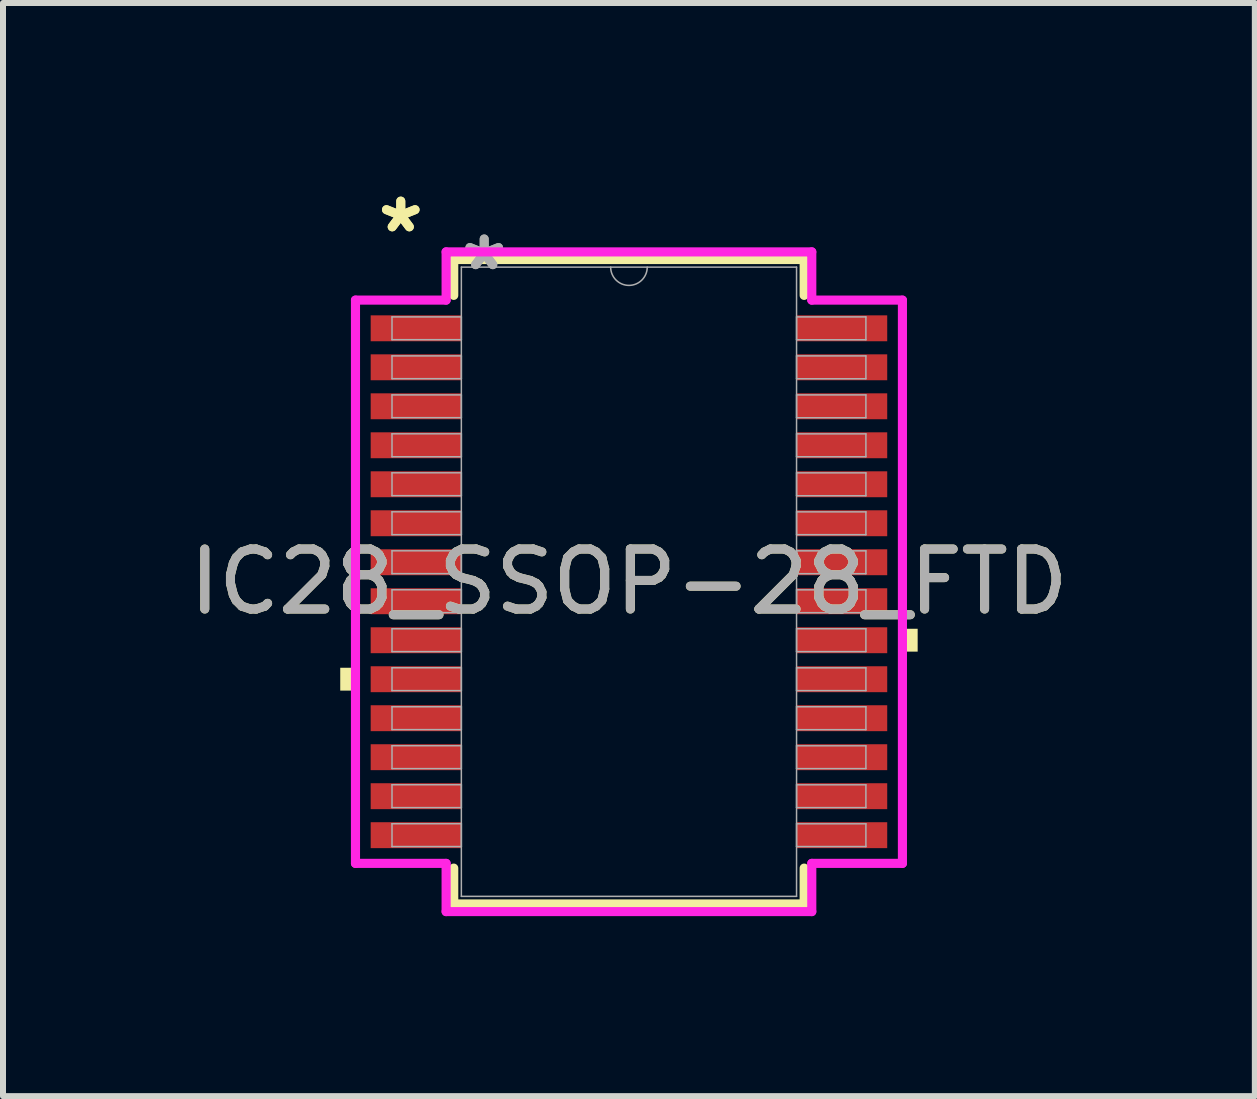
<source format=kicad_pcb>
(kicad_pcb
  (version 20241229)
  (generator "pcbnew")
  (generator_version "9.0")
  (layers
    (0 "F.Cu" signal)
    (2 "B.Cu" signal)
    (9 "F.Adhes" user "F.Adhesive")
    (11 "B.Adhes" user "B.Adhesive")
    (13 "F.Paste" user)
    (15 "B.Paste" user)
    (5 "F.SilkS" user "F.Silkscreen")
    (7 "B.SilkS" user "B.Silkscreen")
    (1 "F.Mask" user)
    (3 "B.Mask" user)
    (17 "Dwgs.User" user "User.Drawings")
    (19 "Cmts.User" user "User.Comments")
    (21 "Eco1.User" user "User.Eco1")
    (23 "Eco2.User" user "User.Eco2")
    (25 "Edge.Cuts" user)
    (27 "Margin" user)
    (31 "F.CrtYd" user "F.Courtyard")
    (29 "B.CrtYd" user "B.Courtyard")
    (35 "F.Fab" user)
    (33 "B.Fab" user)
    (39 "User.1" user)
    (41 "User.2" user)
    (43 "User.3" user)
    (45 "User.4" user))
  (footprint "IC28_SSOP-28_FTD"
    (layer "F.Cu")
    (at 7.435 6.648)
    (property "Reference" "IC28_SSOP-28_FTD" (at 0 0 0) (unlocked yes) (layer "F.SilkS") (effects (font (size 1 1) (thickness 0.15))))
    (attr smd)
    (fp_line (start -2.921 -5.372) (end -2.921 -4.774) (stroke (width 0.152) (type solid)) (layer "F.SilkS"))
    (fp_line (start -2.921 4.774) (end -2.921 5.372) (stroke (width 0.152) (type solid)) (layer "F.SilkS"))
    (fp_line (start -2.921 5.372) (end 2.921 5.372) (stroke (width 0.152) (type solid)) (layer "F.SilkS"))
    (fp_line (start 2.921 -5.372) (end -2.921 -5.372) (stroke (width 0.152) (type solid)) (layer "F.SilkS"))
    (fp_line (start 2.921 -4.774) (end 2.921 -5.372) (stroke (width 0.152) (type solid)) (layer "F.SilkS"))
    (fp_line (start 2.921 5.372) (end 2.921 4.774) (stroke (width 0.152) (type solid)) (layer "F.SilkS"))
    (fp_poly (pts (xy -4.813 1.434) (xy -4.813 1.815) (xy -4.559 1.815) (xy -4.559 1.434)) (stroke (width 0) (type solid)) (fill yes) (layer "F.SilkS"))
    (fp_poly (pts (xy 4.813 0.784) (xy 4.813 1.165) (xy 4.559 1.165) (xy 4.559 0.784)) (stroke (width 0) (type solid)) (fill yes) (layer "F.SilkS"))
    (fp_line (start -4.559 -4.695) (end -3.048 -4.695) (stroke (width 0.152) (type solid)) (layer "F.CrtYd"))
    (fp_line (start -4.559 4.695) (end -4.559 -4.695) (stroke (width 0.152) (type solid)) (layer "F.CrtYd"))
    (fp_line (start -4.559 4.695) (end -3.048 4.695) (stroke (width 0.152) (type solid)) (layer "F.CrtYd"))
    (fp_line (start -3.048 -5.499) (end 3.048 -5.499) (stroke (width 0.152) (type solid)) (layer "F.CrtYd"))
    (fp_line (start -3.048 -4.695) (end -3.048 -5.499) (stroke (width 0.152) (type solid)) (layer "F.CrtYd"))
    (fp_line (start -3.048 5.499) (end -3.048 4.695) (stroke (width 0.152) (type solid)) (layer "F.CrtYd"))
    (fp_line (start 3.048 -5.499) (end 3.048 -4.695) (stroke (width 0.152) (type solid)) (layer "F.CrtYd"))
    (fp_line (start 3.048 4.695) (end 3.048 5.499) (stroke (width 0.152) (type solid)) (layer "F.CrtYd"))
    (fp_line (start 3.048 5.499) (end -3.048 5.499) (stroke (width 0.152) (type solid)) (layer "F.CrtYd"))
    (fp_line (start 4.559 -4.695) (end 3.048 -4.695) (stroke (width 0.152) (type solid)) (layer "F.CrtYd"))
    (fp_line (start 4.559 -4.695) (end 4.559 4.695) (stroke (width 0.152) (type solid)) (layer "F.CrtYd"))
    (fp_line (start 4.559 4.695) (end 3.048 4.695) (stroke (width 0.152) (type solid)) (layer "F.CrtYd"))
    (fp_line (start -3.95 -4.415) (end -3.95 -4.035) (stroke (width 0.025) (type solid)) (layer "F.Fab"))
    (fp_line (start -3.95 -4.035) (end -2.794 -4.035) (stroke (width 0.025) (type solid)) (layer "F.Fab"))
    (fp_line (start -3.95 -3.765) (end -3.95 -3.385) (stroke (width 0.025) (type solid)) (layer "F.Fab"))
    (fp_line (start -3.95 -3.385) (end -2.794 -3.385) (stroke (width 0.025) (type solid)) (layer "F.Fab"))
    (fp_line (start -3.95 -3.115) (end -3.95 -2.735) (stroke (width 0.025) (type solid)) (layer "F.Fab"))
    (fp_line (start -3.95 -2.735) (end -2.794 -2.735) (stroke (width 0.025) (type solid)) (layer "F.Fab"))
    (fp_line (start -3.95 -2.466) (end -3.95 -2.084) (stroke (width 0.025) (type solid)) (layer "F.Fab"))
    (fp_line (start -3.95 -2.084) (end -2.794 -2.084) (stroke (width 0.025) (type solid)) (layer "F.Fab"))
    (fp_line (start -3.95 -1.816) (end -3.95 -1.435) (stroke (width 0.025) (type solid)) (layer "F.Fab"))
    (fp_line (start -3.95 -1.435) (end -2.794 -1.435) (stroke (width 0.025) (type solid)) (layer "F.Fab"))
    (fp_line (start -3.95 -1.166) (end -3.95 -0.785) (stroke (width 0.025) (type solid)) (layer "F.Fab"))
    (fp_line (start -3.95 -0.785) (end -2.794 -0.785) (stroke (width 0.025) (type solid)) (layer "F.Fab"))
    (fp_line (start -3.95 -0.516) (end -3.95 -0.135) (stroke (width 0.025) (type solid)) (layer "F.Fab"))
    (fp_line (start -3.95 -0.135) (end -2.794 -0.135) (stroke (width 0.025) (type solid)) (layer "F.Fab"))
    (fp_line (start -3.95 0.134) (end -3.95 0.515) (stroke (width 0.025) (type solid)) (layer "F.Fab"))
    (fp_line (start -3.95 0.515) (end -2.794 0.515) (stroke (width 0.025) (type solid)) (layer "F.Fab"))
    (fp_line (start -3.95 0.784) (end -3.95 1.165) (stroke (width 0.025) (type solid)) (layer "F.Fab"))
    (fp_line (start -3.95 1.165) (end -2.794 1.165) (stroke (width 0.025) (type solid)) (layer "F.Fab"))
    (fp_line (start -3.95 1.434) (end -3.95 1.815) (stroke (width 0.025) (type solid)) (layer "F.Fab"))
    (fp_line (start -3.95 1.815) (end -2.794 1.815) (stroke (width 0.025) (type solid)) (layer "F.Fab"))
    (fp_line (start -3.95 2.084) (end -3.95 2.465) (stroke (width 0.025) (type solid)) (layer "F.Fab"))
    (fp_line (start -3.95 2.465) (end -2.794 2.465) (stroke (width 0.025) (type solid)) (layer "F.Fab"))
    (fp_line (start -3.95 2.734) (end -3.95 3.115) (stroke (width 0.025) (type solid)) (layer "F.Fab"))
    (fp_line (start -3.95 3.115) (end -2.794 3.115) (stroke (width 0.025) (type solid)) (layer "F.Fab"))
    (fp_line (start -3.95 3.384) (end -3.95 3.765) (stroke (width 0.025) (type solid)) (layer "F.Fab"))
    (fp_line (start -3.95 3.765) (end -2.794 3.765) (stroke (width 0.025) (type solid)) (layer "F.Fab"))
    (fp_line (start -3.95 4.034) (end -3.95 4.415) (stroke (width 0.025) (type solid)) (layer "F.Fab"))
    (fp_line (start -3.95 4.415) (end -2.794 4.415) (stroke (width 0.025) (type solid)) (layer "F.Fab"))
    (fp_line (start -2.794 -5.245) (end -2.794 5.245) (stroke (width 0.025) (type solid)) (layer "F.Fab"))
    (fp_line (start -2.794 -4.415) (end -3.95 -4.415) (stroke (width 0.025) (type solid)) (layer "F.Fab"))
    (fp_line (start -2.794 -4.035) (end -2.794 -4.415) (stroke (width 0.025) (type solid)) (layer "F.Fab"))
    (fp_line (start -2.794 -3.765) (end -3.95 -3.765) (stroke (width 0.025) (type solid)) (layer "F.Fab"))
    (fp_line (start -2.794 -3.385) (end -2.794 -3.765) (stroke (width 0.025) (type solid)) (layer "F.Fab"))
    (fp_line (start -2.794 -3.115) (end -3.95 -3.115) (stroke (width 0.025) (type solid)) (layer "F.Fab"))
    (fp_line (start -2.794 -2.735) (end -2.794 -3.115) (stroke (width 0.025) (type solid)) (layer "F.Fab"))
    (fp_line (start -2.794 -2.466) (end -3.95 -2.466) (stroke (width 0.025) (type solid)) (layer "F.Fab"))
    (fp_line (start -2.794 -2.084) (end -2.794 -2.466) (stroke (width 0.025) (type solid)) (layer "F.Fab"))
    (fp_line (start -2.794 -1.816) (end -3.95 -1.816) (stroke (width 0.025) (type solid)) (layer "F.Fab"))
    (fp_line (start -2.794 -1.435) (end -2.794 -1.816) (stroke (width 0.025) (type solid)) (layer "F.Fab"))
    (fp_line (start -2.794 -1.166) (end -3.95 -1.166) (stroke (width 0.025) (type solid)) (layer "F.Fab"))
    (fp_line (start -2.794 -0.785) (end -2.794 -1.166) (stroke (width 0.025) (type solid)) (layer "F.Fab"))
    (fp_line (start -2.794 -0.516) (end -3.95 -0.516) (stroke (width 0.025) (type solid)) (layer "F.Fab"))
    (fp_line (start -2.794 -0.135) (end -2.794 -0.516) (stroke (width 0.025) (type solid)) (layer "F.Fab"))
    (fp_line (start -2.794 0.134) (end -3.95 0.134) (stroke (width 0.025) (type solid)) (layer "F.Fab"))
    (fp_line (start -2.794 0.515) (end -2.794 0.134) (stroke (width 0.025) (type solid)) (layer "F.Fab"))
    (fp_line (start -2.794 0.784) (end -3.95 0.784) (stroke (width 0.025) (type solid)) (layer "F.Fab"))
    (fp_line (start -2.794 1.165) (end -2.794 0.784) (stroke (width 0.025) (type solid)) (layer "F.Fab"))
    (fp_line (start -2.794 1.434) (end -3.95 1.434) (stroke (width 0.025) (type solid)) (layer "F.Fab"))
    (fp_line (start -2.794 1.815) (end -2.794 1.434) (stroke (width 0.025) (type solid)) (layer "F.Fab"))
    (fp_line (start -2.794 2.084) (end -3.95 2.084) (stroke (width 0.025) (type solid)) (layer "F.Fab"))
    (fp_line (start -2.794 2.465) (end -2.794 2.084) (stroke (width 0.025) (type solid)) (layer "F.Fab"))
    (fp_line (start -2.794 2.734) (end -3.95 2.734) (stroke (width 0.025) (type solid)) (layer "F.Fab"))
    (fp_line (start -2.794 3.115) (end -2.794 2.734) (stroke (width 0.025) (type solid)) (layer "F.Fab"))
    (fp_line (start -2.794 3.384) (end -3.95 3.384) (stroke (width 0.025) (type solid)) (layer "F.Fab"))
    (fp_line (start -2.794 3.765) (end -2.794 3.384) (stroke (width 0.025) (type solid)) (layer "F.Fab"))
    (fp_line (start -2.794 4.034) (end -3.95 4.034) (stroke (width 0.025) (type solid)) (layer "F.Fab"))
    (fp_line (start -2.794 4.415) (end -2.794 4.034) (stroke (width 0.025) (type solid)) (layer "F.Fab"))
    (fp_line (start -2.794 5.245) (end 2.794 5.245) (stroke (width 0.025) (type solid)) (layer "F.Fab"))
    (fp_line (start 2.794 -5.245) (end -2.794 -5.245) (stroke (width 0.025) (type solid)) (layer "F.Fab"))
    (fp_line (start 2.794 -4.415) (end 2.794 -4.034) (stroke (width 0.025) (type solid)) (layer "F.Fab"))
    (fp_line (start 2.794 -4.034) (end 3.95 -4.034) (stroke (width 0.025) (type solid)) (layer "F.Fab"))
    (fp_line (start 2.794 -3.765) (end 2.794 -3.384) (stroke (width 0.025) (type solid)) (layer "F.Fab"))
    (fp_line (start 2.794 -3.384) (end 3.95 -3.384) (stroke (width 0.025) (type solid)) (layer "F.Fab"))
    (fp_line (start 2.794 -3.115) (end 2.794 -2.734) (stroke (width 0.025) (type solid)) (layer "F.Fab"))
    (fp_line (start 2.794 -2.734) (end 3.95 -2.734) (stroke (width 0.025) (type solid)) (layer "F.Fab"))
    (fp_line (start 2.794 -2.465) (end 2.794 -2.084) (stroke (width 0.025) (type solid)) (layer "F.Fab"))
    (fp_line (start 2.794 -2.084) (end 3.95 -2.084) (stroke (width 0.025) (type solid)) (layer "F.Fab"))
    (fp_line (start 2.794 -1.815) (end 2.794 -1.434) (stroke (width 0.025) (type solid)) (layer "F.Fab"))
    (fp_line (start 2.794 -1.434) (end 3.95 -1.434) (stroke (width 0.025) (type solid)) (layer "F.Fab"))
    (fp_line (start 2.794 -1.165) (end 2.794 -0.784) (stroke (width 0.025) (type solid)) (layer "F.Fab"))
    (fp_line (start 2.794 -0.784) (end 3.95 -0.784) (stroke (width 0.025) (type solid)) (layer "F.Fab"))
    (fp_line (start 2.794 -0.515) (end 2.794 -0.134) (stroke (width 0.025) (type solid)) (layer "F.Fab"))
    (fp_line (start 2.794 -0.134) (end 3.95 -0.134) (stroke (width 0.025) (type solid)) (layer "F.Fab"))
    (fp_line (start 2.794 0.135) (end 2.794 0.516) (stroke (width 0.025) (type solid)) (layer "F.Fab"))
    (fp_line (start 2.794 0.516) (end 3.95 0.516) (stroke (width 0.025) (type solid)) (layer "F.Fab"))
    (fp_line (start 2.794 0.784) (end 2.794 1.165) (stroke (width 0.025) (type solid)) (layer "F.Fab"))
    (fp_line (start 2.794 1.165) (end 3.95 1.165) (stroke (width 0.025) (type solid)) (layer "F.Fab"))
    (fp_line (start 2.794 1.435) (end 2.794 1.815) (stroke (width 0.025) (type solid)) (layer "F.Fab"))
    (fp_line (start 2.794 1.815) (end 3.95 1.815) (stroke (width 0.025) (type solid)) (layer "F.Fab"))
    (fp_line (start 2.794 2.084) (end 2.794 2.466) (stroke (width 0.025) (type solid)) (layer "F.Fab"))
    (fp_line (start 2.794 2.466) (end 3.95 2.466) (stroke (width 0.025) (type solid)) (layer "F.Fab"))
    (fp_line (start 2.794 2.735) (end 2.794 3.115) (stroke (width 0.025) (type solid)) (layer "F.Fab"))
    (fp_line (start 2.794 3.115) (end 3.95 3.115) (stroke (width 0.025) (type solid)) (layer "F.Fab"))
    (fp_line (start 2.794 3.385) (end 2.794 3.765) (stroke (width 0.025) (type solid)) (layer "F.Fab"))
    (fp_line (start 2.794 3.765) (end 3.95 3.765) (stroke (width 0.025) (type solid)) (layer "F.Fab"))
    (fp_line (start 2.794 4.035) (end 2.794 4.415) (stroke (width 0.025) (type solid)) (layer "F.Fab"))
    (fp_line (start 2.794 4.415) (end 3.95 4.415) (stroke (width 0.025) (type solid)) (layer "F.Fab"))
    (fp_line (start 2.794 5.245) (end 2.794 -5.245) (stroke (width 0.025) (type solid)) (layer "F.Fab"))
    (fp_line (start 3.95 -4.415) (end 2.794 -4.415) (stroke (width 0.025) (type solid)) (layer "F.Fab"))
    (fp_line (start 3.95 -4.034) (end 3.95 -4.415) (stroke (width 0.025) (type solid)) (layer "F.Fab"))
    (fp_line (start 3.95 -3.765) (end 2.794 -3.765) (stroke (width 0.025) (type solid)) (layer "F.Fab"))
    (fp_line (start 3.95 -3.384) (end 3.95 -3.765) (stroke (width 0.025) (type solid)) (layer "F.Fab"))
    (fp_line (start 3.95 -3.115) (end 2.794 -3.115) (stroke (width 0.025) (type solid)) (layer "F.Fab"))
    (fp_line (start 3.95 -2.734) (end 3.95 -3.115) (stroke (width 0.025) (type solid)) (layer "F.Fab"))
    (fp_line (start 3.95 -2.465) (end 2.794 -2.465) (stroke (width 0.025) (type solid)) (layer "F.Fab"))
    (fp_line (start 3.95 -2.084) (end 3.95 -2.465) (stroke (width 0.025) (type solid)) (layer "F.Fab"))
    (fp_line (start 3.95 -1.815) (end 2.794 -1.815) (stroke (width 0.025) (type solid)) (layer "F.Fab"))
    (fp_line (start 3.95 -1.434) (end 3.95 -1.815) (stroke (width 0.025) (type solid)) (layer "F.Fab"))
    (fp_line (start 3.95 -1.165) (end 2.794 -1.165) (stroke (width 0.025) (type solid)) (layer "F.Fab"))
    (fp_line (start 3.95 -0.784) (end 3.95 -1.165) (stroke (width 0.025) (type solid)) (layer "F.Fab"))
    (fp_line (start 3.95 -0.515) (end 2.794 -0.515) (stroke (width 0.025) (type solid)) (layer "F.Fab"))
    (fp_line (start 3.95 -0.134) (end 3.95 -0.515) (stroke (width 0.025) (type solid)) (layer "F.Fab"))
    (fp_line (start 3.95 0.135) (end 2.794 0.135) (stroke (width 0.025) (type solid)) (layer "F.Fab"))
    (fp_line (start 3.95 0.516) (end 3.95 0.135) (stroke (width 0.025) (type solid)) (layer "F.Fab"))
    (fp_line (start 3.95 0.784) (end 2.794 0.784) (stroke (width 0.025) (type solid)) (layer "F.Fab"))
    (fp_line (start 3.95 1.165) (end 3.95 0.784) (stroke (width 0.025) (type solid)) (layer "F.Fab"))
    (fp_line (start 3.95 1.435) (end 2.794 1.435) (stroke (width 0.025) (type solid)) (layer "F.Fab"))
    (fp_line (start 3.95 1.815) (end 3.95 1.435) (stroke (width 0.025) (type solid)) (layer "F.Fab"))
    (fp_line (start 3.95 2.084) (end 2.794 2.084) (stroke (width 0.025) (type solid)) (layer "F.Fab"))
    (fp_line (start 3.95 2.466) (end 3.95 2.084) (stroke (width 0.025) (type solid)) (layer "F.Fab"))
    (fp_line (start 3.95 2.735) (end 2.794 2.735) (stroke (width 0.025) (type solid)) (layer "F.Fab"))
    (fp_line (start 3.95 3.115) (end 3.95 2.735) (stroke (width 0.025) (type solid)) (layer "F.Fab"))
    (fp_line (start 3.95 3.385) (end 2.794 3.385) (stroke (width 0.025) (type solid)) (layer "F.Fab"))
    (fp_line (start 3.95 3.765) (end 3.95 3.385) (stroke (width 0.025) (type solid)) (layer "F.Fab"))
    (fp_line (start 3.95 4.035) (end 2.794 4.035) (stroke (width 0.025) (type solid)) (layer "F.Fab"))
    (fp_line (start 3.95 4.415) (end 3.95 4.035) (stroke (width 0.025) (type solid)) (layer "F.Fab"))
    (fp_arc (start 0.3048 -5.2451) (mid 0 -4.9403) (end -0.3048 -5.2451) (stroke (width 0.0254) (type solid)) (layer "F.Fab"))
    (fp_text user "*" (at -3.804 -5.8 0) (layer "F.SilkS") (effects (font (size 1 1) (thickness 0.15))))
    (fp_text user "*" (at -3.804 -5.8 0) (unlocked yes) (layer "F.SilkS") (effects (font (size 1 1) (thickness 0.15))))
    (fp_text user "*" (at -2.413 -5.169 0) (unlocked yes) (layer "F.Fab") (effects (font (size 1 1) (thickness 0.15))))
    (fp_text user "*" (at -2.413 -5.169 0) (layer "F.Fab") (effects (font (size 1 1) (thickness 0.15))))
    (fp_text user "${REFERENCE}" (at 0 0 0) (unlocked yes) (layer "F.Fab") (effects (font (size 1 1) (thickness 0.15))))
    (pad "1" smd rect (at -3.55 -4.225) (size 1.511 0.432) (layers "F.Cu" "F.Mask" "F.Paste"))
    (pad "2" smd rect (at -3.55 -3.575) (size 1.511 0.432) (layers "F.Cu" "F.Mask" "F.Paste"))
    (pad "3" smd rect (at -3.55 -2.925) (size 1.511 0.432) (layers "F.Cu" "F.Mask" "F.Paste"))
    (pad "4" smd rect (at -3.55 -2.275) (size 1.511 0.432) (layers "F.Cu" "F.Mask" "F.Paste"))
    (pad "5" smd rect (at -3.55 -1.625) (size 1.511 0.432) (layers "F.Cu" "F.Mask" "F.Paste"))
    (pad "6" smd rect (at -3.55 -0.975) (size 1.511 0.432) (layers "F.Cu" "F.Mask" "F.Paste"))
    (pad "7" smd rect (at -3.55 -0.325) (size 1.511 0.432) (layers "F.Cu" "F.Mask" "F.Paste"))
    (pad "8" smd rect (at -3.55 0.325) (size 1.511 0.432) (layers "F.Cu" "F.Mask" "F.Paste"))
    (pad "9" smd rect (at -3.55 0.975) (size 1.511 0.432) (layers "F.Cu" "F.Mask" "F.Paste"))
    (pad "10" smd rect (at -3.55 1.625) (size 1.511 0.432) (layers "F.Cu" "F.Mask" "F.Paste"))
    (pad "11" smd rect (at -3.55 2.275) (size 1.511 0.432) (layers "F.Cu" "F.Mask" "F.Paste"))
    (pad "12" smd rect (at -3.55 2.925) (size 1.511 0.432) (layers "F.Cu" "F.Mask" "F.Paste"))
    (pad "13" smd rect (at -3.55 3.575) (size 1.511 0.432) (layers "F.Cu" "F.Mask" "F.Paste"))
    (pad "14" smd rect (at -3.55 4.225) (size 1.511 0.432) (layers "F.Cu" "F.Mask" "F.Paste"))
    (pad "15" smd rect (at 3.55 4.225) (size 1.511 0.432) (layers "F.Cu" "F.Mask" "F.Paste"))
    (pad "16" smd rect (at 3.55 3.575) (size 1.511 0.432) (layers "F.Cu" "F.Mask" "F.Paste"))
    (pad "17" smd rect (at 3.55 2.925) (size 1.511 0.432) (layers "F.Cu" "F.Mask" "F.Paste"))
    (pad "18" smd rect (at 3.55 2.275) (size 1.511 0.432) (layers "F.Cu" "F.Mask" "F.Paste"))
    (pad "19" smd rect (at 3.55 1.625) (size 1.511 0.432) (layers "F.Cu" "F.Mask" "F.Paste"))
    (pad "20" smd rect (at 3.55 0.975) (size 1.511 0.432) (layers "F.Cu" "F.Mask" "F.Paste"))
    (pad "21" smd rect (at 3.55 0.325) (size 1.511 0.432) (layers "F.Cu" "F.Mask" "F.Paste"))
    (pad "22" smd rect (at 3.55 -0.325) (size 1.511 0.432) (layers "F.Cu" "F.Mask" "F.Paste"))
    (pad "23" smd rect (at 3.55 -0.975) (size 1.511 0.432) (layers "F.Cu" "F.Mask" "F.Paste"))
    (pad "24" smd rect (at 3.55 -1.625) (size 1.511 0.432) (layers "F.Cu" "F.Mask" "F.Paste"))
    (pad "25" smd rect (at 3.55 -2.275) (size 1.511 0.432) (layers "F.Cu" "F.Mask" "F.Paste"))
    (pad "26" smd rect (at 3.55 -2.925) (size 1.511 0.432) (layers "F.Cu" "F.Mask" "F.Paste"))
    (pad "27" smd rect (at 3.55 -3.575) (size 1.511 0.432) (layers "F.Cu" "F.Mask" "F.Paste"))
    (pad "28" smd rect (at 3.55 -4.225) (size 1.511 0.432) (layers "F.Cu" "F.Mask" "F.Paste")))
  (gr_rect
    (start -3 -3)
    (end 17.869 15.223)
    (stroke (width 0.1) (type default))
    (fill no)
    (layer "Edge.Cuts")))
</source>
